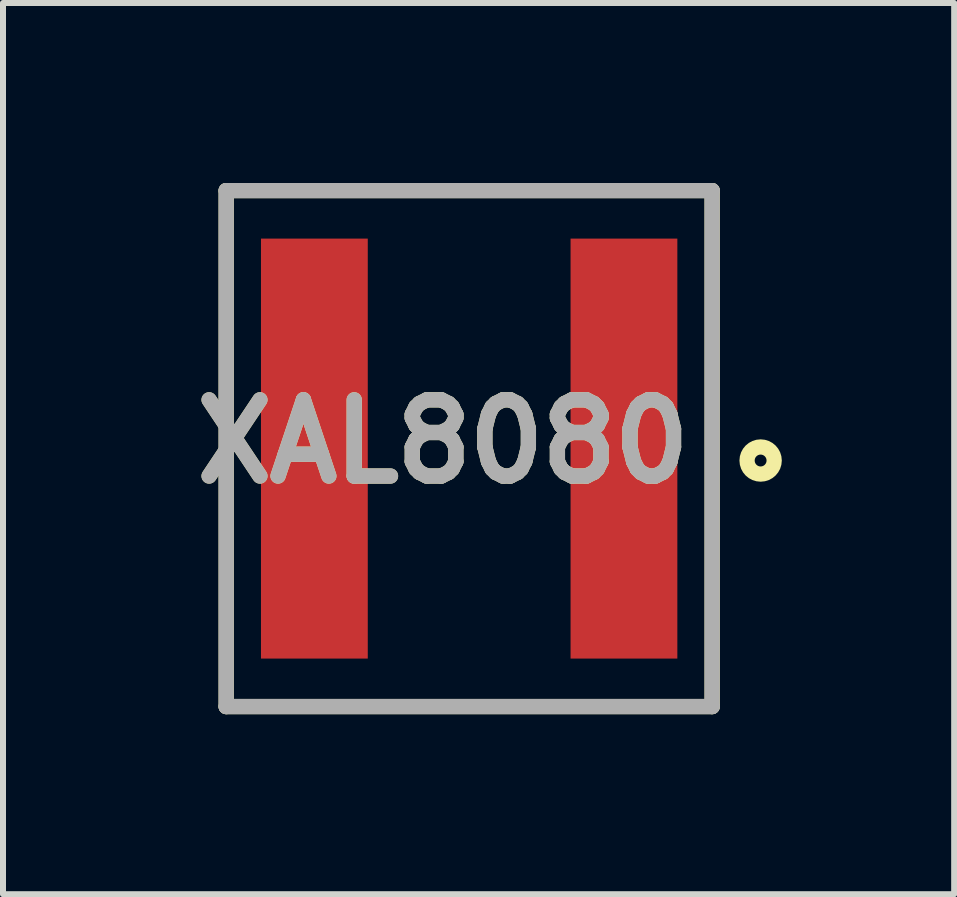
<source format=kicad_pcb>
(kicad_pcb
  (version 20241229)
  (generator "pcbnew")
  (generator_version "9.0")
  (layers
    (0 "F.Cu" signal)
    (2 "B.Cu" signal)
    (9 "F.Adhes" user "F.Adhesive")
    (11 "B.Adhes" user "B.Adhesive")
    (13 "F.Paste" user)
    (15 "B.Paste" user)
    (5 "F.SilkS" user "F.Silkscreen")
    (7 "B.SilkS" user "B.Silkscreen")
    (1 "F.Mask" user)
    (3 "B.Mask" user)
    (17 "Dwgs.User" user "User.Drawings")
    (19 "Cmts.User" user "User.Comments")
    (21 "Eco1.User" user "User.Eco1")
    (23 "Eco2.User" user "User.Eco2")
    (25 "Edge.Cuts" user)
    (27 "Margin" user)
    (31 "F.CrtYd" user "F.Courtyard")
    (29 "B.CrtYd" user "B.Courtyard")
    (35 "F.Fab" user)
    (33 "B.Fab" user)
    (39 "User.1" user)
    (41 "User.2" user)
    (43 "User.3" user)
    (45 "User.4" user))
  (footprint "XAL8080"
    (layer "F.Cu")
    (at 4.77 4.427)
    (property "Reference" "XAL8080" (at -0.434 -0.117 0) (layer "F.SilkS") (effects (font (size 1.27 1.27) (thickness 0.254))))
    (attr smd)
    (fp_line (start -4.05 -4.3) (end 4.05 -4.3) (stroke (width 0.254) (type solid)) (layer "F.SilkS"))
    (fp_line (start -4.05 4.3) (end -4.05 -4.3) (stroke (width 0.254) (type solid)) (layer "F.SilkS"))
    (fp_line (start 4.05 -4.3) (end 4.05 4.3) (stroke (width 0.254) (type solid)) (layer "F.SilkS"))
    (fp_line (start 4.05 4.3) (end -4.05 4.3) (stroke (width 0.254) (type solid)) (layer "F.SilkS"))
    (fp_circle (center 4.858 0.199) (end 4.858 0.298) (stroke (width 0.254) (type solid)) (fill no) (layer "F.SilkS"))
    (fp_line (start -4.05 -4.3) (end 4.05 -4.3) (stroke (width 0.254) (type solid)) (layer "F.Fab"))
    (fp_line (start -4.05 4.3) (end -4.05 -4.3) (stroke (width 0.254) (type solid)) (layer "F.Fab"))
    (fp_line (start 4.05 -4.3) (end 4.05 4.3) (stroke (width 0.254) (type solid)) (layer "F.Fab"))
    (fp_line (start 4.05 4.3) (end -4.05 4.3) (stroke (width 0.254) (type solid)) (layer "F.Fab"))
    (fp_text user "${REFERENCE}" (at -0.434 -0.117 0) (layer "F.Fab") (effects (font (size 1.27 1.27) (thickness 0.254))))
    (pad "1" smd rect (at 2.58 0) (size 1.78 7) (layers "F.Cu" "F.Mask" "F.Paste"))
    (pad "2" smd rect (at -2.58 0) (size 1.78 7) (layers "F.Cu" "F.Mask" "F.Paste")))
  (gr_rect
    (start -3 -3)
    (end 12.854 11.854)
    (stroke (width 0.1) (type default))
    (fill no)
    (layer "Edge.Cuts")))
</source>
